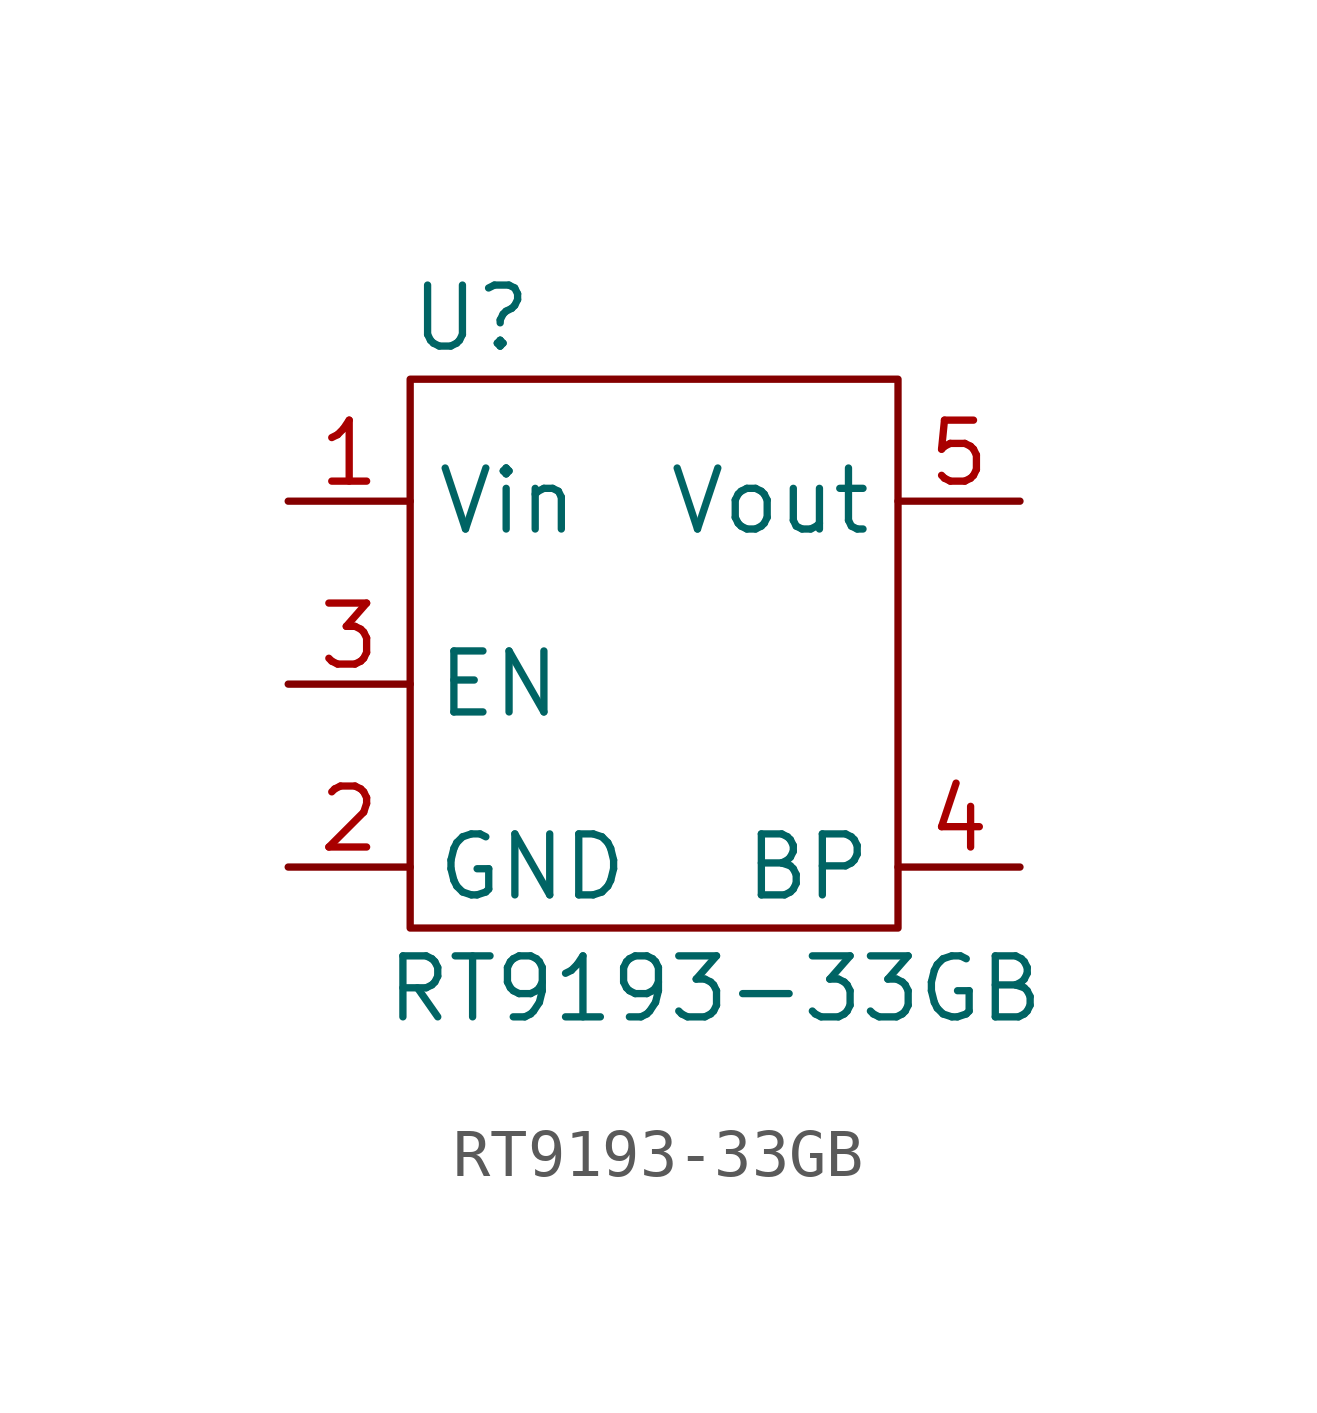
<source format=kicad_sym>
(kicad_symbol_lib
  (version 20220914)
  (generator kicad_symbol_editor)
  (symbol "RT9193-33GB"
    (property "Reference" "U"
      (at -3.81 7.62 0)
      (effects (font (size 1.27 1.27))))
    (property "Value" "RT9193-33GB"
      (at 1.27 -6.35 0)
      (effects (font (size 1.27 1.27))))
    (symbol "RT9193-33GB_0_1"
      (rectangle (start -5.08 6.35) (end 5.08 -5.08) (stroke (width 0) (type default)) (fill (type none))))
    (symbol "RT9193-33GB_1_1"
      (pin input line (at -7.62 3.81 0) (length 2.54) (name "Vin" (effects (font (size 1.27 1.27)))) (number "1" (effects (font (size 1.27 1.27)))))
      (pin input line (at -7.62 -3.81 0) (length 2.54) (name "GND" (effects (font (size 1.27 1.27)))) (number "2" (effects (font (size 1.27 1.27)))))
      (pin input line (at -7.62 0 0) (length 2.54) (name "EN" (effects (font (size 1.27 1.27)))) (number "3" (effects (font (size 1.27 1.27)))))
      (pin input line (at 7.62 -3.81 180) (length 2.54) (name "BP" (effects (font (size 1.27 1.27)))) (number "4" (effects (font (size 1.27 1.27)))))
      (pin input line (at 7.62 3.81 180) (length 2.54) (name "Vout" (effects (font (size 1.27 1.27)))) (number "5" (effects (font (size 1.27 1.27))))))))
</source>
